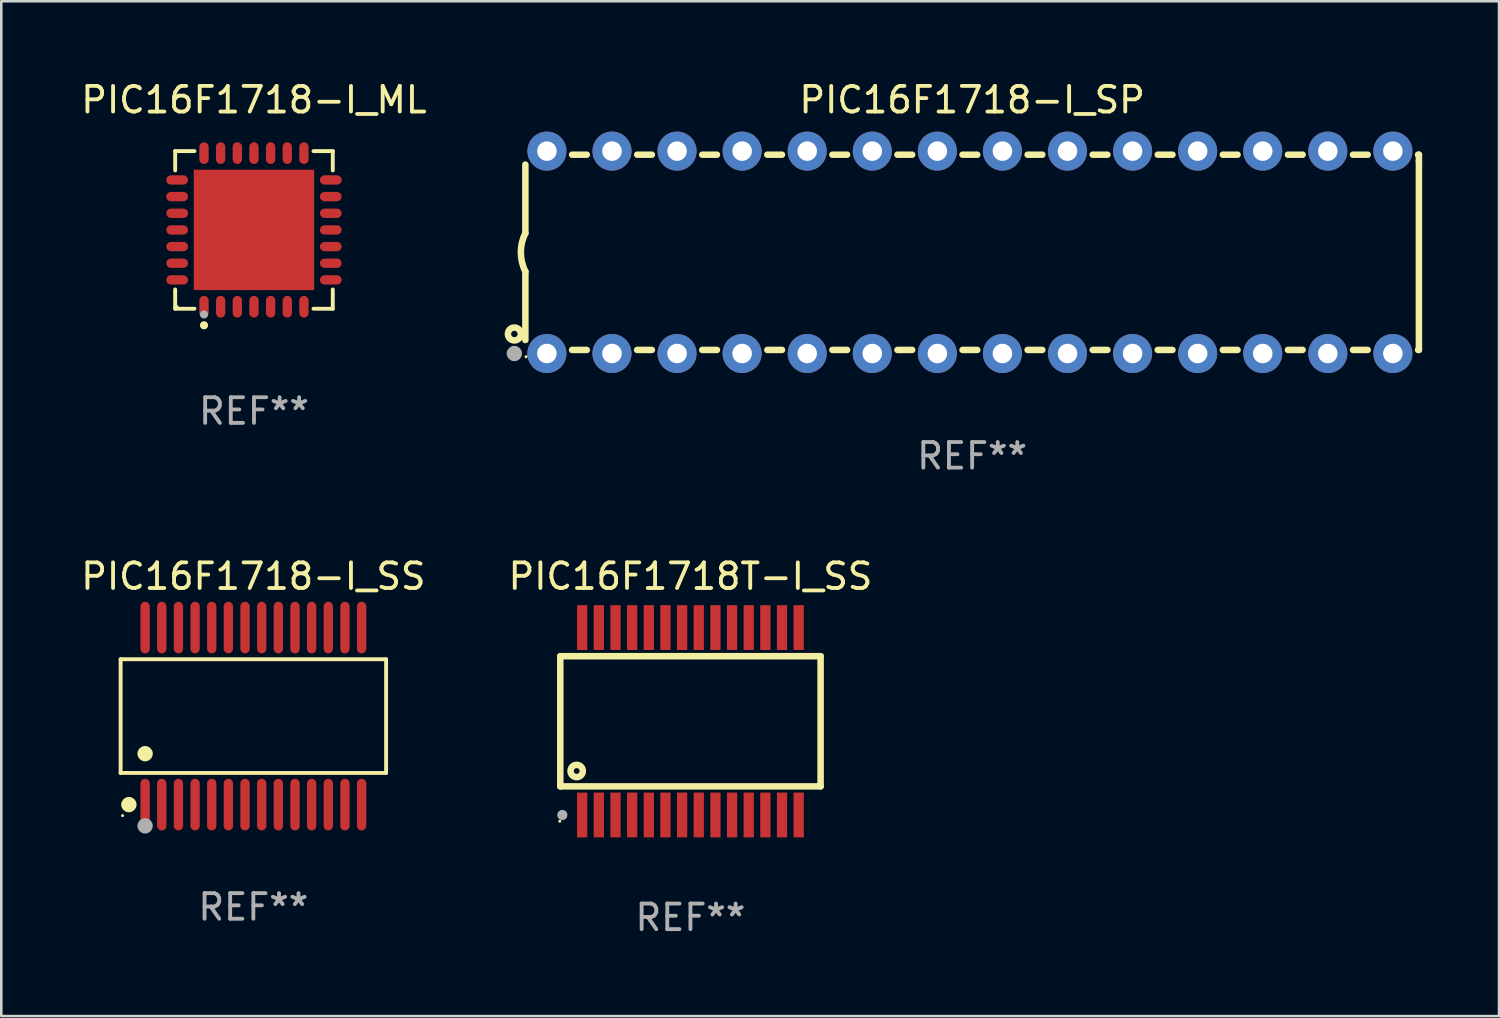
<source format=kicad_pcb>
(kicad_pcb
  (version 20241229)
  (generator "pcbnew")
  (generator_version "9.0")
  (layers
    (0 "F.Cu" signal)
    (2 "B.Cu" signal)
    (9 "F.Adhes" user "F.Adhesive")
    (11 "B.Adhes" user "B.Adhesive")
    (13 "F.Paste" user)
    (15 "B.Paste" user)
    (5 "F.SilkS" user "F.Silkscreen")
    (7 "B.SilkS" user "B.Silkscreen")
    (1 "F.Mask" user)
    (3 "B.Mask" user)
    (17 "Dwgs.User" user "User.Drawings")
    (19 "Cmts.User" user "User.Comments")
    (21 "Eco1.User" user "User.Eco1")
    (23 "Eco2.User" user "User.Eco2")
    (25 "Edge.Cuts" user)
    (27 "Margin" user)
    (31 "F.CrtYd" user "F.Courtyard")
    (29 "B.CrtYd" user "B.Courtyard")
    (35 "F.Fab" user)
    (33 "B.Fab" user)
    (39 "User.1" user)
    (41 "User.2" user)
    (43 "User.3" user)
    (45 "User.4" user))
  (footprint "PIC16F1718T-I_SS"
    (layer "F.Cu")
    (at 23.899 25.103)
    (property "Reference" "PIC16F1718T-I_SS" (at 0 -5.658 0) (layer "F.SilkS") (effects (font (size 1 1) (thickness 0.15))))
    (attr through_hole)
    (fp_line (start -5.08 -2.54) (end -5.08 2.54) (stroke (width 0.254) (type solid)) (layer "F.SilkS"))
    (fp_line (start -5.08 -2.54) (end 5.08 -2.54) (stroke (width 0.254) (type solid)) (layer "F.SilkS"))
    (fp_line (start 5.08 -2.54) (end 5.08 2.54) (stroke (width 0.254) (type solid)) (layer "F.SilkS"))
    (fp_line (start 5.08 2.54) (end -5.08 2.54) (stroke (width 0.254) (type solid)) (layer "F.SilkS"))
    (fp_circle (center -5.1 3.9) (end -5.07 3.9) (stroke (width 0.06) (type solid)) (fill no) (layer "F.SilkS"))
    (fp_circle (center -4.44 1.94) (end -4.2 1.94) (stroke (width 0.254) (type solid)) (fill no) (layer "F.SilkS"))
    (fp_circle (center -5 3.658) (end -4.9 3.658) (stroke (width 0.2) (type solid)) (fill no) (layer "F.Fab"))
    (fp_text user "REF**" (at 0 7.658 0) (layer "F.Fab") (effects (font (size 1 1) (thickness 0.15))))
    (pad "1" smd rect (at -4.225 3.658) (size 0.4 1.75) (layers "F.Cu" "F.Mask" "F.Paste"))
    (pad "2" smd rect (at -3.575 3.657) (size 0.4 1.75) (layers "F.Cu" "F.Mask" "F.Paste"))
    (pad "3" smd rect (at -2.925 3.657) (size 0.4 1.75) (layers "F.Cu" "F.Mask" "F.Paste"))
    (pad "4" smd rect (at -2.275 3.657) (size 0.4 1.75) (layers "F.Cu" "F.Mask" "F.Paste"))
    (pad "5" smd rect (at -1.625 3.657) (size 0.4 1.75) (layers "F.Cu" "F.Mask" "F.Paste"))
    (pad "6" smd rect (at -0.975 3.657) (size 0.4 1.75) (layers "F.Cu" "F.Mask" "F.Paste"))
    (pad "7" smd rect (at -0.325 3.657) (size 0.4 1.75) (layers "F.Cu" "F.Mask" "F.Paste"))
    (pad "8" smd rect (at 0.325 3.657) (size 0.4 1.75) (layers "F.Cu" "F.Mask" "F.Paste"))
    (pad "9" smd rect (at 0.975 3.657) (size 0.4 1.75) (layers "F.Cu" "F.Mask" "F.Paste"))
    (pad "10" smd rect (at 1.625 3.657) (size 0.4 1.75) (layers "F.Cu" "F.Mask" "F.Paste"))
    (pad "11" smd rect (at 2.275 3.657) (size 0.4 1.75) (layers "F.Cu" "F.Mask" "F.Paste"))
    (pad "12" smd rect (at 2.925 3.657) (size 0.4 1.75) (layers "F.Cu" "F.Mask" "F.Paste"))
    (pad "13" smd rect (at 3.575 3.657) (size 0.4 1.75) (layers "F.Cu" "F.Mask" "F.Paste"))
    (pad "14" smd rect (at 4.225 3.657) (size 0.4 1.75) (layers "F.Cu" "F.Mask" "F.Paste"))
    (pad "15" smd rect (at 4.225 -3.658) (size 0.4 1.75) (layers "F.Cu" "F.Mask" "F.Paste"))
    (pad "16" smd rect (at 3.575 -3.658) (size 0.4 1.75) (layers "F.Cu" "F.Mask" "F.Paste"))
    (pad "17" smd rect (at 2.925 -3.658) (size 0.4 1.75) (layers "F.Cu" "F.Mask" "F.Paste"))
    (pad "18" smd rect (at 2.275 -3.658) (size 0.4 1.75) (layers "F.Cu" "F.Mask" "F.Paste"))
    (pad "19" smd rect (at 1.625 -3.658) (size 0.4 1.75) (layers "F.Cu" "F.Mask" "F.Paste"))
    (pad "20" smd rect (at 0.975 -3.658) (size 0.4 1.75) (layers "F.Cu" "F.Mask" "F.Paste"))
    (pad "21" smd rect (at 0.325 -3.658) (size 0.4 1.75) (layers "F.Cu" "F.Mask" "F.Paste"))
    (pad "22" smd rect (at -0.325 -3.658) (size 0.4 1.75) (layers "F.Cu" "F.Mask" "F.Paste"))
    (pad "23" smd rect (at -0.975 -3.658) (size 0.4 1.75) (layers "F.Cu" "F.Mask" "F.Paste"))
    (pad "24" smd rect (at -1.625 -3.658) (size 0.4 1.75) (layers "F.Cu" "F.Mask" "F.Paste"))
    (pad "25" smd rect (at -2.275 -3.658) (size 0.4 1.75) (layers "F.Cu" "F.Mask" "F.Paste"))
    (pad "26" smd rect (at -2.925 -3.658) (size 0.4 1.75) (layers "F.Cu" "F.Mask" "F.Paste"))
    (pad "27" smd rect (at -3.575 -3.658) (size 0.4 1.75) (layers "F.Cu" "F.Mask" "F.Paste"))
    (pad "28" smd rect (at -4.225 -3.658) (size 0.4 1.75) (layers "F.Cu" "F.Mask" "F.Paste")))
  (footprint "PIC16F1718-I_SS"
    (layer "F.Cu")
    (at 6.839 24.9)
    (property "Reference" "PIC16F1718-I_SS" (at 0 -5.455 0) (layer "F.SilkS") (effects (font (size 1 1) (thickness 0.15))))
    (attr through_hole)
    (fp_line (start -5.181 -2.219) (end 5.181 -2.219) (stroke (width 0.152) (type solid)) (layer "F.SilkS"))
    (fp_line (start -5.181 2.219) (end -5.181 -2.219) (stroke (width 0.152) (type solid)) (layer "F.SilkS"))
    (fp_line (start 5.181 -2.219) (end 5.181 2.219) (stroke (width 0.152) (type solid)) (layer "F.SilkS"))
    (fp_line (start 5.181 2.219) (end -5.181 2.219) (stroke (width 0.152) (type solid)) (layer "F.SilkS"))
    (fp_circle (center -5.105 3.885) (end -5.075 3.885) (stroke (width 0.06) (type solid)) (fill no) (layer "F.SilkS"))
    (fp_circle (center -4.859 3.455) (end -4.709 3.455) (stroke (width 0.3) (type solid)) (fill no) (layer "F.SilkS"))
    (fp_circle (center -4.225 1.467) (end -4.075 1.467) (stroke (width 0.3) (type solid)) (fill no) (layer "F.SilkS"))
    (fp_circle (center -4.225 4.285) (end -4.075 4.285) (stroke (width 0.3) (type solid)) (fill no) (layer "F.Fab"))
    (fp_text user "REF**" (at 0 7.455 0) (layer "F.Fab") (effects (font (size 1 1) (thickness 0.15))))
    (pad "1" smd oval (at -4.225 3.455) (size 0.364 2.015) (layers "F.Cu" "F.Mask" "F.Paste"))
    (pad "2" smd oval (at -3.575 3.455) (size 0.364 2.015) (layers "F.Cu" "F.Mask" "F.Paste"))
    (pad "3" smd oval (at -2.925 3.455) (size 0.364 2.015) (layers "F.Cu" "F.Mask" "F.Paste"))
    (pad "4" smd oval (at -2.275 3.455) (size 0.364 2.015) (layers "F.Cu" "F.Mask" "F.Paste"))
    (pad "5" smd oval (at -1.625 3.455) (size 0.364 2.015) (layers "F.Cu" "F.Mask" "F.Paste"))
    (pad "6" smd oval (at -0.975 3.455) (size 0.364 2.015) (layers "F.Cu" "F.Mask" "F.Paste"))
    (pad "7" smd oval (at -0.325 3.455) (size 0.364 2.015) (layers "F.Cu" "F.Mask" "F.Paste"))
    (pad "8" smd oval (at 0.325 3.455) (size 0.364 2.015) (layers "F.Cu" "F.Mask" "F.Paste"))
    (pad "9" smd oval (at 0.975 3.455) (size 0.364 2.015) (layers "F.Cu" "F.Mask" "F.Paste"))
    (pad "10" smd oval (at 1.625 3.455) (size 0.364 2.015) (layers "F.Cu" "F.Mask" "F.Paste"))
    (pad "11" smd oval (at 2.275 3.455) (size 0.364 2.015) (layers "F.Cu" "F.Mask" "F.Paste"))
    (pad "12" smd oval (at 2.925 3.455) (size 0.364 2.015) (layers "F.Cu" "F.Mask" "F.Paste"))
    (pad "13" smd oval (at 3.575 3.455) (size 0.364 2.015) (layers "F.Cu" "F.Mask" "F.Paste"))
    (pad "14" smd oval (at 4.225 3.455) (size 0.364 2.015) (layers "F.Cu" "F.Mask" "F.Paste"))
    (pad "15" smd oval (at 4.225 -3.455) (size 0.364 2.015) (layers "F.Cu" "F.Mask" "F.Paste"))
    (pad "16" smd oval (at 3.575 -3.455) (size 0.364 2.015) (layers "F.Cu" "F.Mask" "F.Paste"))
    (pad "17" smd oval (at 2.925 -3.455) (size 0.364 2.015) (layers "F.Cu" "F.Mask" "F.Paste"))
    (pad "18" smd oval (at 2.275 -3.455) (size 0.364 2.015) (layers "F.Cu" "F.Mask" "F.Paste"))
    (pad "19" smd oval (at 1.625 -3.455) (size 0.364 2.015) (layers "F.Cu" "F.Mask" "F.Paste"))
    (pad "20" smd oval (at 0.975 -3.455) (size 0.364 2.015) (layers "F.Cu" "F.Mask" "F.Paste"))
    (pad "21" smd oval (at 0.325 -3.455) (size 0.364 2.015) (layers "F.Cu" "F.Mask" "F.Paste"))
    (pad "22" smd oval (at -0.325 -3.455) (size 0.364 2.015) (layers "F.Cu" "F.Mask" "F.Paste"))
    (pad "23" smd oval (at -0.975 -3.455) (size 0.364 2.015) (layers "F.Cu" "F.Mask" "F.Paste"))
    (pad "24" smd oval (at -1.625 -3.455) (size 0.364 2.015) (layers "F.Cu" "F.Mask" "F.Paste"))
    (pad "25" smd oval (at -2.275 -3.455) (size 0.364 2.015) (layers "F.Cu" "F.Mask" "F.Paste"))
    (pad "26" smd oval (at -2.925 -3.455) (size 0.364 2.015) (layers "F.Cu" "F.Mask" "F.Paste"))
    (pad "27" smd oval (at -3.575 -3.455) (size 0.364 2.015) (layers "F.Cu" "F.Mask" "F.Paste"))
    (pad "28" smd oval (at -4.225 -3.455) (size 0.364 2.015) (layers "F.Cu" "F.Mask" "F.Paste")))
  (footprint "PIC16F1718-I_SP"
    (layer "F.Cu")
    (at 34.894 6.798)
    (property "Reference" "PIC16F1718-I_SP" (at 0 -5.95 0) (layer "F.SilkS") (effects (font (size 1 1) (thickness 0.15))))
    (attr through_hole)
    (fp_line (start -17.438 0.75) (end -17.438 3.423) (stroke (width 0.254) (type solid)) (layer "F.SilkS"))
    (fp_line (start -17.438 -3.423) (end -17.438 -0.75) (stroke (width 0.254) (type solid)) (layer "F.SilkS"))
    (fp_line (start -15.615 3.81) (end -15.041 3.81) (stroke (width 0.254) (type solid)) (layer "F.SilkS"))
    (fp_line (start -15.041 -3.81) (end -15.614 -3.81) (stroke (width 0.254) (type solid)) (layer "F.SilkS"))
    (fp_line (start -13.075 3.81) (end -12.501 3.81) (stroke (width 0.254) (type solid)) (layer "F.SilkS"))
    (fp_line (start -12.501 -3.81) (end -13.074 -3.81) (stroke (width 0.254) (type solid)) (layer "F.SilkS"))
    (fp_line (start -10.535 3.81) (end -9.961 3.81) (stroke (width 0.254) (type solid)) (layer "F.SilkS"))
    (fp_line (start -9.961 -3.81) (end -10.534 -3.81) (stroke (width 0.254) (type solid)) (layer "F.SilkS"))
    (fp_line (start -7.995 3.81) (end -7.421 3.81) (stroke (width 0.254) (type solid)) (layer "F.SilkS"))
    (fp_line (start -7.421 -3.81) (end -7.995 -3.81) (stroke (width 0.254) (type solid)) (layer "F.SilkS"))
    (fp_line (start -5.455 3.81) (end -4.881 3.81) (stroke (width 0.254) (type solid)) (layer "F.SilkS"))
    (fp_line (start -4.881 -3.81) (end -5.455 -3.81) (stroke (width 0.254) (type solid)) (layer "F.SilkS"))
    (fp_line (start -2.915 3.81) (end -2.341 3.81) (stroke (width 0.254) (type solid)) (layer "F.SilkS"))
    (fp_line (start -2.341 -3.81) (end -2.915 -3.81) (stroke (width 0.254) (type solid)) (layer "F.SilkS"))
    (fp_line (start -0.375 3.81) (end 0.199 3.81) (stroke (width 0.254) (type solid)) (layer "F.SilkS"))
    (fp_line (start 0.199 -3.81) (end -0.375 -3.81) (stroke (width 0.254) (type solid)) (layer "F.SilkS"))
    (fp_line (start 2.165 3.81) (end 2.739 3.81) (stroke (width 0.254) (type solid)) (layer "F.SilkS"))
    (fp_line (start 2.739 -3.81) (end 2.165 -3.81) (stroke (width 0.254) (type solid)) (layer "F.SilkS"))
    (fp_line (start 4.705 3.81) (end 5.279 3.81) (stroke (width 0.254) (type solid)) (layer "F.SilkS"))
    (fp_line (start 5.279 -3.81) (end 4.705 -3.81) (stroke (width 0.254) (type solid)) (layer "F.SilkS"))
    (fp_line (start 7.245 3.81) (end 7.819 3.81) (stroke (width 0.254) (type solid)) (layer "F.SilkS"))
    (fp_line (start 7.819 -3.81) (end 7.245 -3.81) (stroke (width 0.254) (type solid)) (layer "F.SilkS"))
    (fp_line (start 9.785 3.81) (end 10.359 3.81) (stroke (width 0.254) (type solid)) (layer "F.SilkS"))
    (fp_line (start 10.359 -3.81) (end 9.785 -3.81) (stroke (width 0.254) (type solid)) (layer "F.SilkS"))
    (fp_line (start 12.325 3.81) (end 12.899 3.81) (stroke (width 0.254) (type solid)) (layer "F.SilkS"))
    (fp_line (start 12.899 -3.81) (end 12.325 -3.81) (stroke (width 0.254) (type solid)) (layer "F.SilkS"))
    (fp_line (start 14.865 3.81) (end 15.439 3.81) (stroke (width 0.254) (type solid)) (layer "F.SilkS"))
    (fp_line (start 15.439 -3.81) (end 14.865 -3.81) (stroke (width 0.254) (type solid)) (layer "F.SilkS"))
    (fp_line (start 17.405 3.81) (end 17.438 3.81) (stroke (width 0.254) (type solid)) (layer "F.SilkS"))
    (fp_line (start 17.438 -3.81) (end 17.405 -3.81) (stroke (width 0.254) (type solid)) (layer "F.SilkS"))
    (fp_line (start 17.438 -3.556) (end 17.438 -3.81) (stroke (width 0.254) (type solid)) (layer "F.SilkS"))
    (fp_line (start 17.438 3.81) (end 17.438 -3.556) (stroke (width 0.254) (type solid)) (layer "F.SilkS"))
    (fp_arc (start -17.437986 0.749657) (mid -17.614887 -0.000024) (end -17.437783 -0.749657) (stroke (width 0.254001) (type solid)) (layer "F.SilkS"))
    (fp_circle (center -17.868 3.188) (end -17.743 3.188) (stroke (width 0.254) (type solid)) (fill no) (layer "F.SilkS"))
    (fp_circle (center -17.411 4.077) (end -17.381 4.077) (stroke (width 0.06) (type solid)) (fill no) (layer "F.SilkS"))
    (fp_circle (center -17.868 3.95) (end -17.718 3.95) (stroke (width 0.3) (type solid)) (fill no) (layer "F.Fab"))
    (fp_text user "REF**" (at 0 7.95 0) (layer "F.Fab") (effects (font (size 1 1) (thickness 0.15))))
    (pad "1" thru_hole circle (at -16.598 3.95) (size 1.524 1.524) (drill 0.762) (layers "*.Cu" "*.Mask"))
    (pad "2" thru_hole circle (at -14.058 3.95) (size 1.524 1.524) (drill 0.762) (layers "*.Cu" "*.Mask"))
    (pad "3" thru_hole circle (at -11.518 3.95) (size 1.524 1.524) (drill 0.762) (layers "*.Cu" "*.Mask"))
    (pad "4" thru_hole circle (at -8.978 3.95) (size 1.524 1.524) (drill 0.762) (layers "*.Cu" "*.Mask"))
    (pad "5" thru_hole circle (at -6.438 3.95) (size 1.524 1.524) (drill 0.762) (layers "*.Cu" "*.Mask"))
    (pad "6" thru_hole circle (at -3.898 3.95) (size 1.524 1.524) (drill 0.762) (layers "*.Cu" "*.Mask"))
    (pad "7" thru_hole circle (at -1.358 3.95) (size 1.524 1.524) (drill 0.762) (layers "*.Cu" "*.Mask"))
    (pad "8" thru_hole circle (at 1.182 3.95) (size 1.524 1.524) (drill 0.762) (layers "*.Cu" "*.Mask"))
    (pad "9" thru_hole circle (at 3.722 3.95) (size 1.524 1.524) (drill 0.762) (layers "*.Cu" "*.Mask"))
    (pad "10" thru_hole circle (at 6.262 3.95) (size 1.524 1.524) (drill 0.762) (layers "*.Cu" "*.Mask"))
    (pad "11" thru_hole circle (at 8.802 3.95) (size 1.524 1.524) (drill 0.762) (layers "*.Cu" "*.Mask"))
    (pad "12" thru_hole circle (at 11.342 3.95) (size 1.524 1.524) (drill 0.762) (layers "*.Cu" "*.Mask"))
    (pad "13" thru_hole circle (at 13.882 3.95) (size 1.524 1.524) (drill 0.762) (layers "*.Cu" "*.Mask"))
    (pad "14" thru_hole circle (at 16.422 3.95) (size 1.524 1.524) (drill 0.762) (layers "*.Cu" "*.Mask"))
    (pad "15" thru_hole circle (at 16.422 -3.95) (size 1.524 1.524) (drill 0.762) (layers "*.Cu" "*.Mask"))
    (pad "16" thru_hole circle (at 13.882 -3.95) (size 1.524 1.524) (drill 0.762) (layers "*.Cu" "*.Mask"))
    (pad "17" thru_hole circle (at 11.342 -3.95) (size 1.524 1.524) (drill 0.762) (layers "*.Cu" "*.Mask"))
    (pad "18" thru_hole circle (at 8.802 -3.95) (size 1.524 1.524) (drill 0.762) (layers "*.Cu" "*.Mask"))
    (pad "19" thru_hole circle (at 6.262 -3.95) (size 1.524 1.524) (drill 0.762) (layers "*.Cu" "*.Mask"))
    (pad "20" thru_hole circle (at 3.722 -3.95) (size 1.524 1.524) (drill 0.762) (layers "*.Cu" "*.Mask"))
    (pad "21" thru_hole circle (at 1.182 -3.95) (size 1.524 1.524) (drill 0.762) (layers "*.Cu" "*.Mask"))
    (pad "22" thru_hole circle (at -1.358 -3.95) (size 1.524 1.524) (drill 0.762) (layers "*.Cu" "*.Mask"))
    (pad "23" thru_hole circle (at -3.898 -3.95) (size 1.524 1.524) (drill 0.762) (layers "*.Cu" "*.Mask"))
    (pad "24" thru_hole circle (at -6.438 -3.95) (size 1.524 1.524) (drill 0.762) (layers "*.Cu" "*.Mask"))
    (pad "25" thru_hole circle (at -8.978 -3.95) (size 1.524 1.524) (drill 0.762) (layers "*.Cu" "*.Mask"))
    (pad "26" thru_hole circle (at -11.517 -3.95) (size 1.524 1.524) (drill 0.762) (layers "*.Cu" "*.Mask"))
    (pad "27" thru_hole circle (at -14.057 -3.95) (size 1.524 1.524) (drill 0.762) (layers "*.Cu" "*.Mask"))
    (pad "28" thru_hole circle (at -16.597 -3.95) (size 1.524 1.524) (drill 0.762) (layers "*.Cu" "*.Mask")))
  (footprint "PIC16F1718-I_ML"
    (layer "F.Cu")
    (at 6.863 5.924)
    (property "Reference" "PIC16F1718-I_ML" (at 0 -5.076 0) (layer "F.SilkS") (effects (font (size 1 1) (thickness 0.15))))
    (attr through_hole)
    (fp_line (start -3.076 -3.076) (end -2.323 -3.076) (stroke (width 0.152) (type solid)) (layer "F.SilkS"))
    (fp_line (start -3.076 -2.323) (end -3.076 -3.076) (stroke (width 0.152) (type solid)) (layer "F.SilkS"))
    (fp_line (start -3.076 2.323) (end -3.076 3.076) (stroke (width 0.152) (type solid)) (layer "F.SilkS"))
    (fp_line (start -3.076 3.076) (end -2.323 3.076) (stroke (width 0.152) (type solid)) (layer "F.SilkS"))
    (fp_line (start 3.076 -3.076) (end 2.323 -3.076) (stroke (width 0.152) (type solid)) (layer "F.SilkS"))
    (fp_line (start 3.076 -2.323) (end 3.076 -3.076) (stroke (width 0.152) (type solid)) (layer "F.SilkS"))
    (fp_line (start 3.076 2.323) (end 3.076 3.076) (stroke (width 0.152) (type solid)) (layer "F.SilkS"))
    (fp_line (start 3.076 3.076) (end 2.323 3.076) (stroke (width 0.152) (type solid)) (layer "F.SilkS"))
    (fp_circle (center -3 3) (end -2.97 3) (stroke (width 0.06) (type solid)) (fill no) (layer "F.SilkS"))
    (fp_circle (center -1.95 3.722) (end -1.87 3.722) (stroke (width 0.16) (type solid)) (fill no) (layer "F.SilkS"))
    (fp_circle (center -1.95 3.3) (end -1.87 3.3) (stroke (width 0.16) (type solid)) (fill no) (layer "F.Fab"))
    (fp_text user "REF**" (at 0 7.076 0) (layer "F.Fab") (effects (font (size 1 1) (thickness 0.15))))
    (pad "1" smd oval (at -1.95 2.998) (size 0.364 0.847) (layers "F.Cu" "F.Mask" "F.Paste"))
    (pad "2" smd oval (at -1.3 2.998) (size 0.364 0.847) (layers "F.Cu" "F.Mask" "F.Paste"))
    (pad "3" smd oval (at -0.65 2.998) (size 0.364 0.847) (layers "F.Cu" "F.Mask" "F.Paste"))
    (pad "4" smd oval (at 0 2.998) (size 0.364 0.847) (layers "F.Cu" "F.Mask" "F.Paste"))
    (pad "5" smd oval (at 0.65 2.998) (size 0.364 0.847) (layers "F.Cu" "F.Mask" "F.Paste"))
    (pad "6" smd oval (at 1.3 2.998) (size 0.364 0.847) (layers "F.Cu" "F.Mask" "F.Paste"))
    (pad "7" smd oval (at 1.95 2.998) (size 0.364 0.847) (layers "F.Cu" "F.Mask" "F.Paste"))
    (pad "8" smd oval (at 2.998 1.95) (size 0.847 0.364) (layers "F.Cu" "F.Mask" "F.Paste"))
    (pad "9" smd oval (at 2.998 1.3) (size 0.847 0.364) (layers "F.Cu" "F.Mask" "F.Paste"))
    (pad "10" smd oval (at 2.998 0.65) (size 0.847 0.364) (layers "F.Cu" "F.Mask" "F.Paste"))
    (pad "11" smd oval (at 2.998 0) (size 0.847 0.364) (layers "F.Cu" "F.Mask" "F.Paste"))
    (pad "12" smd oval (at 2.998 -0.65) (size 0.847 0.364) (layers "F.Cu" "F.Mask" "F.Paste"))
    (pad "13" smd oval (at 2.998 -1.3) (size 0.847 0.364) (layers "F.Cu" "F.Mask" "F.Paste"))
    (pad "14" smd oval (at 2.998 -1.95) (size 0.847 0.364) (layers "F.Cu" "F.Mask" "F.Paste"))
    (pad "15" smd oval (at 1.95 -2.998) (size 0.364 0.847) (layers "F.Cu" "F.Mask" "F.Paste"))
    (pad "16" smd oval (at 1.3 -2.998) (size 0.364 0.847) (layers "F.Cu" "F.Mask" "F.Paste"))
    (pad "17" smd oval (at 0.65 -2.998) (size 0.364 0.847) (layers "F.Cu" "F.Mask" "F.Paste"))
    (pad "18" smd oval (at 0 -2.998) (size 0.364 0.847) (layers "F.Cu" "F.Mask" "F.Paste"))
    (pad "19" smd oval (at -0.65 -2.998) (size 0.364 0.847) (layers "F.Cu" "F.Mask" "F.Paste"))
    (pad "20" smd oval (at -1.3 -2.998) (size 0.364 0.847) (layers "F.Cu" "F.Mask" "F.Paste"))
    (pad "21" smd oval (at -1.95 -2.998) (size 0.364 0.847) (layers "F.Cu" "F.Mask" "F.Paste"))
    (pad "22" smd oval (at -2.998 -1.95) (size 0.847 0.364) (layers "F.Cu" "F.Mask" "F.Paste"))
    (pad "23" smd oval (at -2.998 -1.3) (size 0.847 0.364) (layers "F.Cu" "F.Mask" "F.Paste"))
    (pad "24" smd oval (at -2.998 -0.65) (size 0.847 0.364) (layers "F.Cu" "F.Mask" "F.Paste"))
    (pad "25" smd oval (at -2.998 0) (size 0.847 0.364) (layers "F.Cu" "F.Mask" "F.Paste"))
    (pad "26" smd oval (at -2.998 0.65) (size 0.847 0.364) (layers "F.Cu" "F.Mask" "F.Paste"))
    (pad "27" smd oval (at -2.998 1.3) (size 0.847 0.364) (layers "F.Cu" "F.Mask" "F.Paste"))
    (pad "28" smd oval (at -2.998 1.95) (size 0.847 0.364) (layers "F.Cu" "F.Mask" "F.Paste"))
    (pad "29" smd rect (at 0 0) (size 4.7 4.7) (layers "F.Cu" "F.Mask" "F.Paste")))
  (gr_rect
    (start -3 -3)
    (end 55.459 36.609)
    (stroke (width 0.1) (type default))
    (fill no)
    (layer "Edge.Cuts")))
</source>
